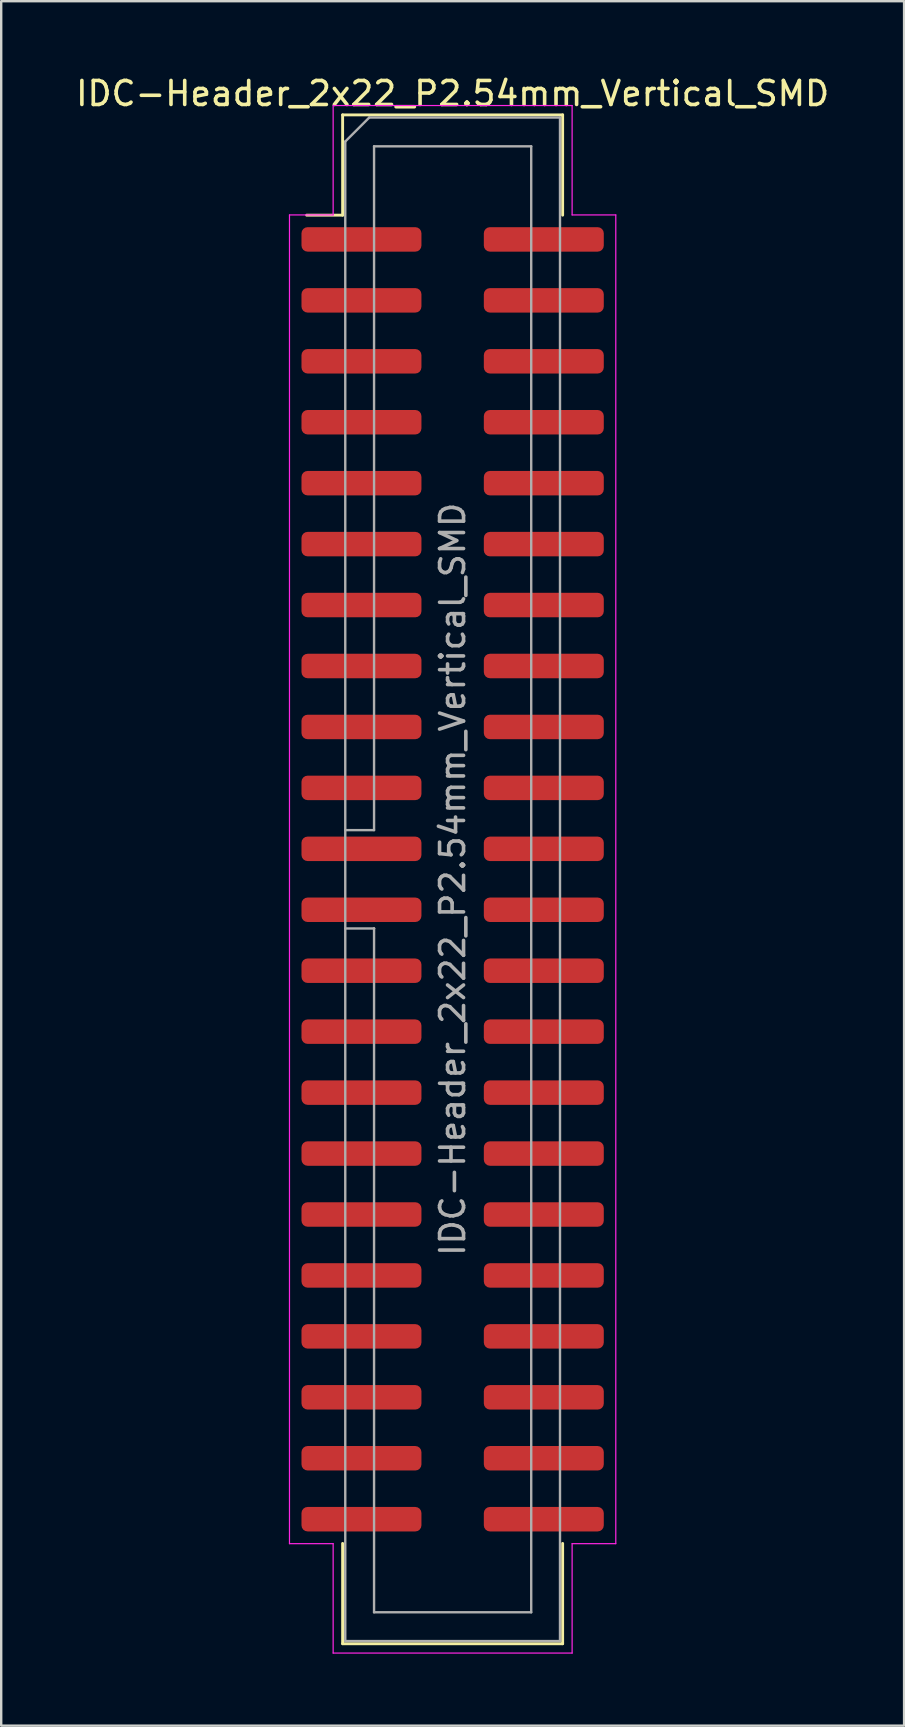
<source format=kicad_pcb>
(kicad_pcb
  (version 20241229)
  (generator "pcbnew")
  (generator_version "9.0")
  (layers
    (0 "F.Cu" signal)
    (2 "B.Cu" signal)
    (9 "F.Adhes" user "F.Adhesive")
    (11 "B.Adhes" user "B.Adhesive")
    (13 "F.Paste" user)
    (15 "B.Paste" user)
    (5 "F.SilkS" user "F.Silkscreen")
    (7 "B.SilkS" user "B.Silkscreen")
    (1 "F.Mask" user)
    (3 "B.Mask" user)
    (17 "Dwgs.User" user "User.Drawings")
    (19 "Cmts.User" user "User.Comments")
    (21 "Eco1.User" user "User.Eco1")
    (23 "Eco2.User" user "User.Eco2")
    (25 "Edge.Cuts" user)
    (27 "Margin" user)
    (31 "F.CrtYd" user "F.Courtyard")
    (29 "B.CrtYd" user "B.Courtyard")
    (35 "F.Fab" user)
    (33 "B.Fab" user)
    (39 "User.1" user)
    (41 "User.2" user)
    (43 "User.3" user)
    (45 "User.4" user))
  (footprint "IDC-Header_2x22_P2.54mm_Vertical_SMD"
    (layer "F.Cu")
    (at 15.815 33.598)
    (property "Reference" "IDC-Header_2x22_P2.54mm_Vertical_SMD" (at 0 -32.75 0) (layer "F.SilkS") (effects (font (size 1 1) (thickness 0.15))))
    (attr smd)
    (fp_line (start -4.585 -31.86) (end 4.585 -31.86) (stroke (width 0.12) (type solid)) (layer "F.SilkS"))
    (fp_line (start -4.585 -27.68) (end -6.085 -27.68) (stroke (width 0.12) (type solid)) (layer "F.SilkS"))
    (fp_line (start -4.585 -27.68) (end -4.585 -31.86) (stroke (width 0.12) (type solid)) (layer "F.SilkS"))
    (fp_line (start -4.585 27.68) (end -4.585 31.86) (stroke (width 0.12) (type solid)) (layer "F.SilkS"))
    (fp_line (start -4.585 31.86) (end 4.585 31.86) (stroke (width 0.12) (type solid)) (layer "F.SilkS"))
    (fp_line (start 4.585 -31.86) (end 4.585 -27.68) (stroke (width 0.12) (type solid)) (layer "F.SilkS"))
    (fp_line (start 4.585 31.86) (end 4.585 27.68) (stroke (width 0.12) (type solid)) (layer "F.SilkS"))
    (fp_line (start -6.8 -27.69) (end -6.8 27.69) (stroke (width 0.05) (type solid)) (layer "F.CrtYd"))
    (fp_line (start -6.8 27.69) (end -4.98 27.69) (stroke (width 0.05) (type solid)) (layer "F.CrtYd"))
    (fp_line (start -4.98 -32.25) (end -4.98 -27.69) (stroke (width 0.05) (type solid)) (layer "F.CrtYd"))
    (fp_line (start -4.98 -27.69) (end -6.8 -27.69) (stroke (width 0.05) (type solid)) (layer "F.CrtYd"))
    (fp_line (start -4.98 27.69) (end -4.98 32.25) (stroke (width 0.05) (type solid)) (layer "F.CrtYd"))
    (fp_line (start -4.98 32.25) (end 4.98 32.25) (stroke (width 0.05) (type solid)) (layer "F.CrtYd"))
    (fp_line (start 4.98 -32.25) (end -4.98 -32.25) (stroke (width 0.05) (type solid)) (layer "F.CrtYd"))
    (fp_line (start 4.98 -27.69) (end 4.98 -32.25) (stroke (width 0.05) (type solid)) (layer "F.CrtYd"))
    (fp_line (start 4.98 27.69) (end 6.8 27.69) (stroke (width 0.05) (type solid)) (layer "F.CrtYd"))
    (fp_line (start 4.98 32.25) (end 4.98 27.69) (stroke (width 0.05) (type solid)) (layer "F.CrtYd"))
    (fp_line (start 6.8 -27.69) (end 4.98 -27.69) (stroke (width 0.05) (type solid)) (layer "F.CrtYd"))
    (fp_line (start 6.8 27.69) (end 6.8 -27.69) (stroke (width 0.05) (type solid)) (layer "F.CrtYd"))
    (fp_line (start -4.475 -30.75) (end -3.475 -31.75) (stroke (width 0.1) (type solid)) (layer "F.Fab"))
    (fp_line (start -4.475 -2.05) (end -3.275 -2.05) (stroke (width 0.1) (type solid)) (layer "F.Fab"))
    (fp_line (start -4.475 31.75) (end -4.475 -30.75) (stroke (width 0.1) (type solid)) (layer "F.Fab"))
    (fp_line (start -3.475 -31.75) (end 4.475 -31.75) (stroke (width 0.1) (type solid)) (layer "F.Fab"))
    (fp_line (start -3.275 -30.55) (end 3.275 -30.55) (stroke (width 0.1) (type solid)) (layer "F.Fab"))
    (fp_line (start -3.275 -2.05) (end -3.275 -30.55) (stroke (width 0.1) (type solid)) (layer "F.Fab"))
    (fp_line (start -3.275 2.05) (end -4.475 2.05) (stroke (width 0.1) (type solid)) (layer "F.Fab"))
    (fp_line (start -3.275 2.05) (end -3.275 2.05) (stroke (width 0.1) (type solid)) (layer "F.Fab"))
    (fp_line (start -3.275 30.55) (end -3.275 2.05) (stroke (width 0.1) (type solid)) (layer "F.Fab"))
    (fp_line (start 3.275 -30.55) (end 3.275 30.55) (stroke (width 0.1) (type solid)) (layer "F.Fab"))
    (fp_line (start 3.275 30.55) (end -3.275 30.55) (stroke (width 0.1) (type solid)) (layer "F.Fab"))
    (fp_line (start 4.475 -31.75) (end 4.475 31.75) (stroke (width 0.1) (type solid)) (layer "F.Fab"))
    (fp_line (start 4.475 31.75) (end -4.475 31.75) (stroke (width 0.1) (type solid)) (layer "F.Fab"))
    (fp_text user "${REFERENCE}" (at 0 0 90) (layer "F.Fab") (effects (font (size 1 1) (thickness 0.15))))
    (pad "1" smd roundrect (at -3.8 -26.67) (size 5 1.02) (layers "F.Cu" "F.Mask" "F.Paste") (roundrect_rratio 0.25))
    (pad "2" smd roundrect (at 3.8 -26.67) (size 5 1.02) (layers "F.Cu" "F.Mask" "F.Paste") (roundrect_rratio 0.25))
    (pad "3" smd roundrect (at -3.8 -24.13) (size 5 1.02) (layers "F.Cu" "F.Mask" "F.Paste") (roundrect_rratio 0.25))
    (pad "4" smd roundrect (at 3.8 -24.13) (size 5 1.02) (layers "F.Cu" "F.Mask" "F.Paste") (roundrect_rratio 0.25))
    (pad "5" smd roundrect (at -3.8 -21.59) (size 5 1.02) (layers "F.Cu" "F.Mask" "F.Paste") (roundrect_rratio 0.25))
    (pad "6" smd roundrect (at 3.8 -21.59) (size 5 1.02) (layers "F.Cu" "F.Mask" "F.Paste") (roundrect_rratio 0.25))
    (pad "7" smd roundrect (at -3.8 -19.05) (size 5 1.02) (layers "F.Cu" "F.Mask" "F.Paste") (roundrect_rratio 0.25))
    (pad "8" smd roundrect (at 3.8 -19.05) (size 5 1.02) (layers "F.Cu" "F.Mask" "F.Paste") (roundrect_rratio 0.25))
    (pad "9" smd roundrect (at -3.8 -16.51) (size 5 1.02) (layers "F.Cu" "F.Mask" "F.Paste") (roundrect_rratio 0.25))
    (pad "10" smd roundrect (at 3.8 -16.51) (size 5 1.02) (layers "F.Cu" "F.Mask" "F.Paste") (roundrect_rratio 0.25))
    (pad "11" smd roundrect (at -3.8 -13.97) (size 5 1.02) (layers "F.Cu" "F.Mask" "F.Paste") (roundrect_rratio 0.25))
    (pad "12" smd roundrect (at 3.8 -13.97) (size 5 1.02) (layers "F.Cu" "F.Mask" "F.Paste") (roundrect_rratio 0.25))
    (pad "13" smd roundrect (at -3.8 -11.43) (size 5 1.02) (layers "F.Cu" "F.Mask" "F.Paste") (roundrect_rratio 0.25))
    (pad "14" smd roundrect (at 3.8 -11.43) (size 5 1.02) (layers "F.Cu" "F.Mask" "F.Paste") (roundrect_rratio 0.25))
    (pad "15" smd roundrect (at -3.8 -8.89) (size 5 1.02) (layers "F.Cu" "F.Mask" "F.Paste") (roundrect_rratio 0.25))
    (pad "16" smd roundrect (at 3.8 -8.89) (size 5 1.02) (layers "F.Cu" "F.Mask" "F.Paste") (roundrect_rratio 0.25))
    (pad "17" smd roundrect (at -3.8 -6.35) (size 5 1.02) (layers "F.Cu" "F.Mask" "F.Paste") (roundrect_rratio 0.25))
    (pad "18" smd roundrect (at 3.8 -6.35) (size 5 1.02) (layers "F.Cu" "F.Mask" "F.Paste") (roundrect_rratio 0.25))
    (pad "19" smd roundrect (at -3.8 -3.81) (size 5 1.02) (layers "F.Cu" "F.Mask" "F.Paste") (roundrect_rratio 0.25))
    (pad "20" smd roundrect (at 3.8 -3.81) (size 5 1.02) (layers "F.Cu" "F.Mask" "F.Paste") (roundrect_rratio 0.25))
    (pad "21" smd roundrect (at -3.8 -1.27) (size 5 1.02) (layers "F.Cu" "F.Mask" "F.Paste") (roundrect_rratio 0.25))
    (pad "22" smd roundrect (at 3.8 -1.27) (size 5 1.02) (layers "F.Cu" "F.Mask" "F.Paste") (roundrect_rratio 0.25))
    (pad "23" smd roundrect (at -3.8 1.27) (size 5 1.02) (layers "F.Cu" "F.Mask" "F.Paste") (roundrect_rratio 0.25))
    (pad "24" smd roundrect (at 3.8 1.27) (size 5 1.02) (layers "F.Cu" "F.Mask" "F.Paste") (roundrect_rratio 0.25))
    (pad "25" smd roundrect (at -3.8 3.81) (size 5 1.02) (layers "F.Cu" "F.Mask" "F.Paste") (roundrect_rratio 0.25))
    (pad "26" smd roundrect (at 3.8 3.81) (size 5 1.02) (layers "F.Cu" "F.Mask" "F.Paste") (roundrect_rratio 0.25))
    (pad "27" smd roundrect (at -3.8 6.35) (size 5 1.02) (layers "F.Cu" "F.Mask" "F.Paste") (roundrect_rratio 0.25))
    (pad "28" smd roundrect (at 3.8 6.35) (size 5 1.02) (layers "F.Cu" "F.Mask" "F.Paste") (roundrect_rratio 0.25))
    (pad "29" smd roundrect (at -3.8 8.89) (size 5 1.02) (layers "F.Cu" "F.Mask" "F.Paste") (roundrect_rratio 0.25))
    (pad "30" smd roundrect (at 3.8 8.89) (size 5 1.02) (layers "F.Cu" "F.Mask" "F.Paste") (roundrect_rratio 0.25))
    (pad "31" smd roundrect (at -3.8 11.43) (size 5 1.02) (layers "F.Cu" "F.Mask" "F.Paste") (roundrect_rratio 0.25))
    (pad "32" smd roundrect (at 3.8 11.43) (size 5 1.02) (layers "F.Cu" "F.Mask" "F.Paste") (roundrect_rratio 0.25))
    (pad "33" smd roundrect (at -3.8 13.97) (size 5 1.02) (layers "F.Cu" "F.Mask" "F.Paste") (roundrect_rratio 0.25))
    (pad "34" smd roundrect (at 3.8 13.97) (size 5 1.02) (layers "F.Cu" "F.Mask" "F.Paste") (roundrect_rratio 0.25))
    (pad "35" smd roundrect (at -3.8 16.51) (size 5 1.02) (layers "F.Cu" "F.Mask" "F.Paste") (roundrect_rratio 0.25))
    (pad "36" smd roundrect (at 3.8 16.51) (size 5 1.02) (layers "F.Cu" "F.Mask" "F.Paste") (roundrect_rratio 0.25))
    (pad "37" smd roundrect (at -3.8 19.05) (size 5 1.02) (layers "F.Cu" "F.Mask" "F.Paste") (roundrect_rratio 0.25))
    (pad "38" smd roundrect (at 3.8 19.05) (size 5 1.02) (layers "F.Cu" "F.Mask" "F.Paste") (roundrect_rratio 0.25))
    (pad "39" smd roundrect (at -3.8 21.59) (size 5 1.02) (layers "F.Cu" "F.Mask" "F.Paste") (roundrect_rratio 0.25))
    (pad "40" smd roundrect (at 3.8 21.59) (size 5 1.02) (layers "F.Cu" "F.Mask" "F.Paste") (roundrect_rratio 0.25))
    (pad "41" smd roundrect (at -3.8 24.13) (size 5 1.02) (layers "F.Cu" "F.Mask" "F.Paste") (roundrect_rratio 0.25))
    (pad "42" smd roundrect (at 3.8 24.13) (size 5 1.02) (layers "F.Cu" "F.Mask" "F.Paste") (roundrect_rratio 0.25))
    (pad "43" smd roundrect (at -3.8 26.67) (size 5 1.02) (layers "F.Cu" "F.Mask" "F.Paste") (roundrect_rratio 0.25))
    (pad "44" smd roundrect (at 3.8 26.67) (size 5 1.02) (layers "F.Cu" "F.Mask" "F.Paste") (roundrect_rratio 0.25)))
  (gr_rect
    (start -3 -3)
    (end 34.631 68.873)
    (stroke (width 0.1) (type default))
    (fill no)
    (layer "Edge.Cuts")))
</source>
